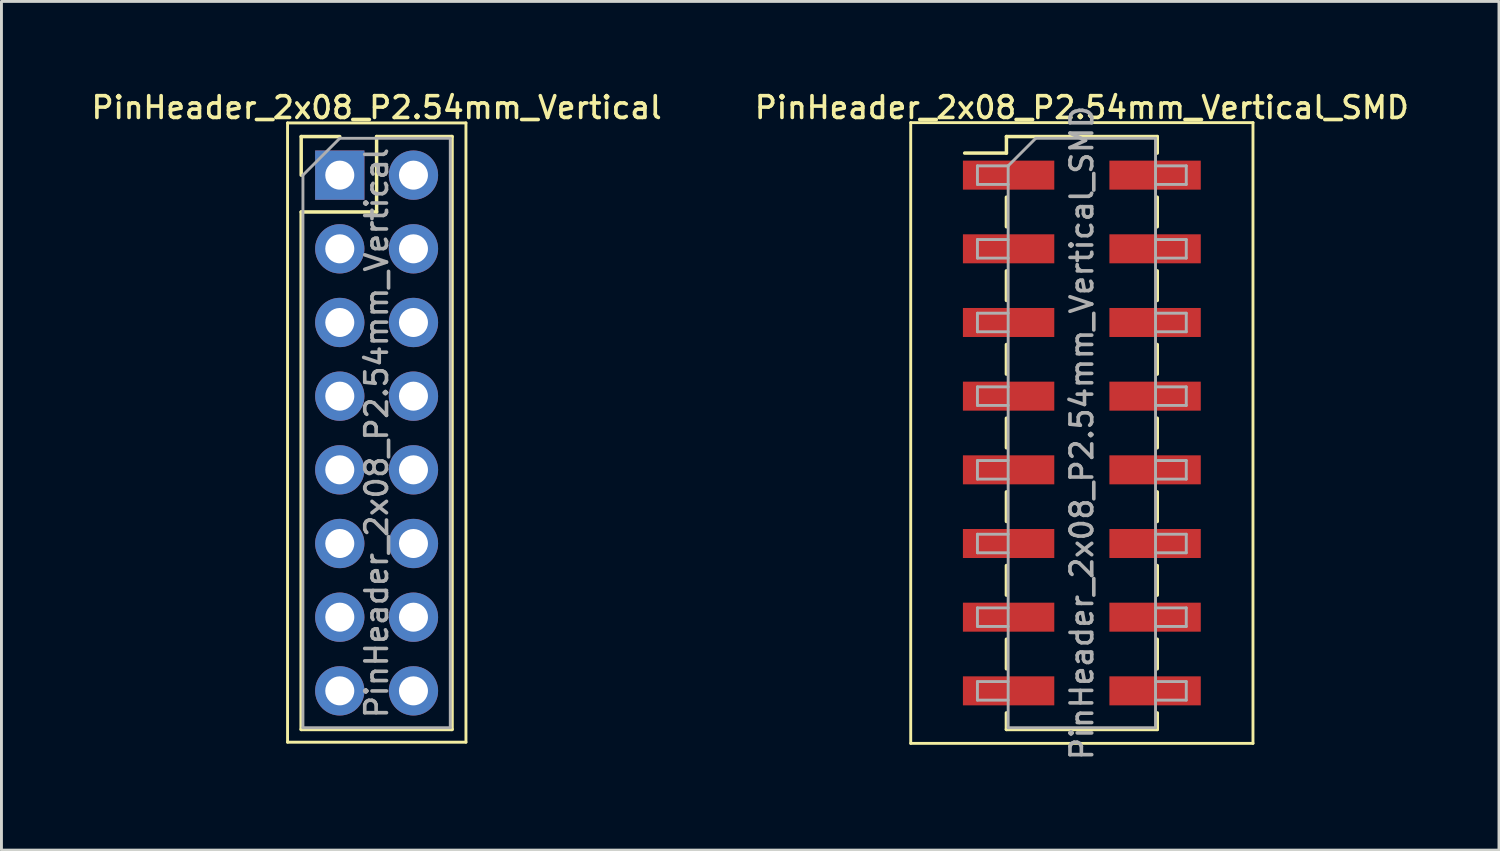
<source format=kicad_pcb>
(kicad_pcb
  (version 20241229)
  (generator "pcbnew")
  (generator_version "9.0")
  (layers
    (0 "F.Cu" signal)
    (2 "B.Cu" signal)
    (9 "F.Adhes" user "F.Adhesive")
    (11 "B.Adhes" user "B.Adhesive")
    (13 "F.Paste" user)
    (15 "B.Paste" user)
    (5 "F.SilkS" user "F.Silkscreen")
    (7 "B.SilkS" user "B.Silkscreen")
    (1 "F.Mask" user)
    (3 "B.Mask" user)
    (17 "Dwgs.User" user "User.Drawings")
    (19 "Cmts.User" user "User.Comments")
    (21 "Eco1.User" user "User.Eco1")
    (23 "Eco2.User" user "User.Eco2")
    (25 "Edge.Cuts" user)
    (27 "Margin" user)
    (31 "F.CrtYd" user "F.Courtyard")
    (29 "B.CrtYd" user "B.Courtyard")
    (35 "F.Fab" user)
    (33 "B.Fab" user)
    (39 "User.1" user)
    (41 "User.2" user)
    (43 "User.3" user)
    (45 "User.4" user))
  (footprint "PinHeader_2x08_P2.54mm_Vertical"
    (layer "F.Cu")
    (at 8.664 2.988)
    (property "Reference" "PinHeader_2x08_P2.54mm_Vertical" (at 1.27 -2.33 0) (layer "F.SilkS") (effects (font (size 0.75 0.75) (thickness 0.125))))
    (attr through_hole)
    (fp_line (start -1.8 -1.8) (end -1.8 19.55) (stroke (width 0.1) (type solid)) (layer "F.SilkS"))
    (fp_line (start -1.8 19.55) (end 4.35 19.55) (stroke (width 0.1) (type solid)) (layer "F.SilkS"))
    (fp_line (start -1.33 -1.33) (end 0 -1.33) (stroke (width 0.12) (type solid)) (layer "F.SilkS"))
    (fp_line (start -1.33 0) (end -1.33 -1.33) (stroke (width 0.12) (type solid)) (layer "F.SilkS"))
    (fp_line (start -1.33 1.27) (end -1.33 19.11) (stroke (width 0.12) (type solid)) (layer "F.SilkS"))
    (fp_line (start -1.33 1.27) (end 1.27 1.27) (stroke (width 0.12) (type solid)) (layer "F.SilkS"))
    (fp_line (start -1.33 19.11) (end 3.87 19.11) (stroke (width 0.12) (type solid)) (layer "F.SilkS"))
    (fp_line (start 1.27 -1.33) (end 3.87 -1.33) (stroke (width 0.12) (type solid)) (layer "F.SilkS"))
    (fp_line (start 1.27 1.27) (end 1.27 -1.33) (stroke (width 0.12) (type solid)) (layer "F.SilkS"))
    (fp_line (start 3.87 -1.33) (end 3.87 19.11) (stroke (width 0.12) (type solid)) (layer "F.SilkS"))
    (fp_line (start 4.35 -1.8) (end -1.8 -1.8) (stroke (width 0.1) (type solid)) (layer "F.SilkS"))
    (fp_line (start 4.35 19.55) (end 4.35 -1.8) (stroke (width 0.1) (type solid)) (layer "F.SilkS"))
    (fp_line (start -1.27 0) (end 0 -1.27) (stroke (width 0.1) (type solid)) (layer "F.Fab"))
    (fp_line (start -1.27 19.05) (end -1.27 0) (stroke (width 0.1) (type solid)) (layer "F.Fab"))
    (fp_line (start 0 -1.27) (end 3.81 -1.27) (stroke (width 0.1) (type solid)) (layer "F.Fab"))
    (fp_line (start 3.81 -1.27) (end 3.81 19.05) (stroke (width 0.1) (type solid)) (layer "F.Fab"))
    (fp_line (start 3.81 19.05) (end -1.27 19.05) (stroke (width 0.1) (type solid)) (layer "F.Fab"))
    (fp_text user "${REFERENCE}" (at 1.27 8.89 90) (layer "F.Fab") (effects (font (size 0.75 0.75) (thickness 0.125))))
    (pad "1" thru_hole rect (at 0 0) (size 1.7 1.7) (drill 1) (layers "*.Cu" "*.Mask"))
    (pad "2" thru_hole oval (at 2.54 0) (size 1.7 1.7) (drill 1) (layers "*.Cu" "*.Mask"))
    (pad "3" thru_hole oval (at 0 2.54) (size 1.7 1.7) (drill 1) (layers "*.Cu" "*.Mask"))
    (pad "4" thru_hole oval (at 2.54 2.54) (size 1.7 1.7) (drill 1) (layers "*.Cu" "*.Mask"))
    (pad "5" thru_hole oval (at 0 5.08) (size 1.7 1.7) (drill 1) (layers "*.Cu" "*.Mask"))
    (pad "6" thru_hole oval (at 2.54 5.08) (size 1.7 1.7) (drill 1) (layers "*.Cu" "*.Mask"))
    (pad "7" thru_hole oval (at 0 7.62) (size 1.7 1.7) (drill 1) (layers "*.Cu" "*.Mask"))
    (pad "8" thru_hole oval (at 2.54 7.62) (size 1.7 1.7) (drill 1) (layers "*.Cu" "*.Mask"))
    (pad "9" thru_hole oval (at 0 10.16) (size 1.7 1.7) (drill 1) (layers "*.Cu" "*.Mask"))
    (pad "10" thru_hole oval (at 2.54 10.16) (size 1.7 1.7) (drill 1) (layers "*.Cu" "*.Mask"))
    (pad "11" thru_hole oval (at 0 12.7) (size 1.7 1.7) (drill 1) (layers "*.Cu" "*.Mask"))
    (pad "12" thru_hole oval (at 2.54 12.7) (size 1.7 1.7) (drill 1) (layers "*.Cu" "*.Mask"))
    (pad "13" thru_hole oval (at 0 15.24) (size 1.7 1.7) (drill 1) (layers "*.Cu" "*.Mask"))
    (pad "14" thru_hole oval (at 2.54 15.24) (size 1.7 1.7) (drill 1) (layers "*.Cu" "*.Mask"))
    (pad "15" thru_hole oval (at 0 17.78) (size 1.7 1.7) (drill 1) (layers "*.Cu" "*.Mask"))
    (pad "16" thru_hole oval (at 2.54 17.78) (size 1.7 1.7) (drill 1) (layers "*.Cu" "*.Mask")))
  (footprint "PinHeader_2x08_P2.54mm_Vertical_SMD"
    (layer "F.Cu")
    (at 34.248 11.878)
    (property "Reference" "PinHeader_2x08_P2.54mm_Vertical_SMD" (at 0 -11.22 0) (layer "F.SilkS") (effects (font (size 0.75 0.75) (thickness 0.125))))
    (attr smd)
    (fp_line (start -5.9 -10.7) (end -5.9 10.7) (stroke (width 0.1) (type solid)) (layer "F.SilkS"))
    (fp_line (start -5.9 10.7) (end 5.9 10.7) (stroke (width 0.1) (type solid)) (layer "F.SilkS"))
    (fp_line (start -4.04 -9.65) (end -2.6 -9.65) (stroke (width 0.12) (type solid)) (layer "F.SilkS"))
    (fp_line (start -2.6 -10.22) (end -2.6 -9.65) (stroke (width 0.12) (type solid)) (layer "F.SilkS"))
    (fp_line (start -2.6 -10.22) (end 2.6 -10.22) (stroke (width 0.12) (type solid)) (layer "F.SilkS"))
    (fp_line (start -2.6 -8.13) (end -2.6 -7.11) (stroke (width 0.12) (type solid)) (layer "F.SilkS"))
    (fp_line (start -2.6 -5.59) (end -2.6 -4.57) (stroke (width 0.12) (type solid)) (layer "F.SilkS"))
    (fp_line (start -2.6 -3.05) (end -2.6 -2.03) (stroke (width 0.12) (type solid)) (layer "F.SilkS"))
    (fp_line (start -2.6 -0.51) (end -2.6 0.51) (stroke (width 0.12) (type solid)) (layer "F.SilkS"))
    (fp_line (start -2.6 2.03) (end -2.6 3.05) (stroke (width 0.12) (type solid)) (layer "F.SilkS"))
    (fp_line (start -2.6 4.57) (end -2.6 5.59) (stroke (width 0.12) (type solid)) (layer "F.SilkS"))
    (fp_line (start -2.6 7.11) (end -2.6 8.13) (stroke (width 0.12) (type solid)) (layer "F.SilkS"))
    (fp_line (start -2.6 9.65) (end -2.6 10.22) (stroke (width 0.12) (type solid)) (layer "F.SilkS"))
    (fp_line (start -2.6 10.22) (end 2.6 10.22) (stroke (width 0.12) (type solid)) (layer "F.SilkS"))
    (fp_line (start 2.6 -10.22) (end 2.6 -9.65) (stroke (width 0.12) (type solid)) (layer "F.SilkS"))
    (fp_line (start 2.6 -8.13) (end 2.6 -7.11) (stroke (width 0.12) (type solid)) (layer "F.SilkS"))
    (fp_line (start 2.6 -5.59) (end 2.6 -4.57) (stroke (width 0.12) (type solid)) (layer "F.SilkS"))
    (fp_line (start 2.6 -3.05) (end 2.6 -2.03) (stroke (width 0.12) (type solid)) (layer "F.SilkS"))
    (fp_line (start 2.6 -0.51) (end 2.6 0.51) (stroke (width 0.12) (type solid)) (layer "F.SilkS"))
    (fp_line (start 2.6 2.03) (end 2.6 3.05) (stroke (width 0.12) (type solid)) (layer "F.SilkS"))
    (fp_line (start 2.6 4.57) (end 2.6 5.59) (stroke (width 0.12) (type solid)) (layer "F.SilkS"))
    (fp_line (start 2.6 7.11) (end 2.6 8.13) (stroke (width 0.12) (type solid)) (layer "F.SilkS"))
    (fp_line (start 2.6 9.65) (end 2.6 10.22) (stroke (width 0.12) (type solid)) (layer "F.SilkS"))
    (fp_line (start 5.9 -10.7) (end -5.9 -10.7) (stroke (width 0.1) (type solid)) (layer "F.SilkS"))
    (fp_line (start 5.9 10.7) (end 5.9 -10.7) (stroke (width 0.1) (type solid)) (layer "F.SilkS"))
    (fp_line (start -3.6 -9.21) (end -3.6 -8.57) (stroke (width 0.1) (type solid)) (layer "F.Fab"))
    (fp_line (start -3.6 -8.57) (end -2.54 -8.57) (stroke (width 0.1) (type solid)) (layer "F.Fab"))
    (fp_line (start -3.6 -6.67) (end -3.6 -6.03) (stroke (width 0.1) (type solid)) (layer "F.Fab"))
    (fp_line (start -3.6 -6.03) (end -2.54 -6.03) (stroke (width 0.1) (type solid)) (layer "F.Fab"))
    (fp_line (start -3.6 -4.13) (end -3.6 -3.49) (stroke (width 0.1) (type solid)) (layer "F.Fab"))
    (fp_line (start -3.6 -3.49) (end -2.54 -3.49) (stroke (width 0.1) (type solid)) (layer "F.Fab"))
    (fp_line (start -3.6 -1.59) (end -3.6 -0.95) (stroke (width 0.1) (type solid)) (layer "F.Fab"))
    (fp_line (start -3.6 -0.95) (end -2.54 -0.95) (stroke (width 0.1) (type solid)) (layer "F.Fab"))
    (fp_line (start -3.6 0.95) (end -3.6 1.59) (stroke (width 0.1) (type solid)) (layer "F.Fab"))
    (fp_line (start -3.6 1.59) (end -2.54 1.59) (stroke (width 0.1) (type solid)) (layer "F.Fab"))
    (fp_line (start -3.6 3.49) (end -3.6 4.13) (stroke (width 0.1) (type solid)) (layer "F.Fab"))
    (fp_line (start -3.6 4.13) (end -2.54 4.13) (stroke (width 0.1) (type solid)) (layer "F.Fab"))
    (fp_line (start -3.6 6.03) (end -3.6 6.67) (stroke (width 0.1) (type solid)) (layer "F.Fab"))
    (fp_line (start -3.6 6.67) (end -2.54 6.67) (stroke (width 0.1) (type solid)) (layer "F.Fab"))
    (fp_line (start -3.6 8.57) (end -3.6 9.21) (stroke (width 0.1) (type solid)) (layer "F.Fab"))
    (fp_line (start -3.6 9.21) (end -2.54 9.21) (stroke (width 0.1) (type solid)) (layer "F.Fab"))
    (fp_line (start -2.54 -9.21) (end -3.6 -9.21) (stroke (width 0.1) (type solid)) (layer "F.Fab"))
    (fp_line (start -2.54 -9.21) (end -1.59 -10.16) (stroke (width 0.1) (type solid)) (layer "F.Fab"))
    (fp_line (start -2.54 -6.67) (end -3.6 -6.67) (stroke (width 0.1) (type solid)) (layer "F.Fab"))
    (fp_line (start -2.54 -4.13) (end -3.6 -4.13) (stroke (width 0.1) (type solid)) (layer "F.Fab"))
    (fp_line (start -2.54 -1.59) (end -3.6 -1.59) (stroke (width 0.1) (type solid)) (layer "F.Fab"))
    (fp_line (start -2.54 0.95) (end -3.6 0.95) (stroke (width 0.1) (type solid)) (layer "F.Fab"))
    (fp_line (start -2.54 3.49) (end -3.6 3.49) (stroke (width 0.1) (type solid)) (layer "F.Fab"))
    (fp_line (start -2.54 6.03) (end -3.6 6.03) (stroke (width 0.1) (type solid)) (layer "F.Fab"))
    (fp_line (start -2.54 8.57) (end -3.6 8.57) (stroke (width 0.1) (type solid)) (layer "F.Fab"))
    (fp_line (start -2.54 10.16) (end -2.54 -9.21) (stroke (width 0.1) (type solid)) (layer "F.Fab"))
    (fp_line (start -1.59 -10.16) (end 2.54 -10.16) (stroke (width 0.1) (type solid)) (layer "F.Fab"))
    (fp_line (start 2.54 -10.16) (end 2.54 10.16) (stroke (width 0.1) (type solid)) (layer "F.Fab"))
    (fp_line (start 2.54 -9.21) (end 3.6 -9.21) (stroke (width 0.1) (type solid)) (layer "F.Fab"))
    (fp_line (start 2.54 -6.67) (end 3.6 -6.67) (stroke (width 0.1) (type solid)) (layer "F.Fab"))
    (fp_line (start 2.54 -4.13) (end 3.6 -4.13) (stroke (width 0.1) (type solid)) (layer "F.Fab"))
    (fp_line (start 2.54 -1.59) (end 3.6 -1.59) (stroke (width 0.1) (type solid)) (layer "F.Fab"))
    (fp_line (start 2.54 0.95) (end 3.6 0.95) (stroke (width 0.1) (type solid)) (layer "F.Fab"))
    (fp_line (start 2.54 3.49) (end 3.6 3.49) (stroke (width 0.1) (type solid)) (layer "F.Fab"))
    (fp_line (start 2.54 6.03) (end 3.6 6.03) (stroke (width 0.1) (type solid)) (layer "F.Fab"))
    (fp_line (start 2.54 8.57) (end 3.6 8.57) (stroke (width 0.1) (type solid)) (layer "F.Fab"))
    (fp_line (start 2.54 10.16) (end -2.54 10.16) (stroke (width 0.1) (type solid)) (layer "F.Fab"))
    (fp_line (start 3.6 -9.21) (end 3.6 -8.57) (stroke (width 0.1) (type solid)) (layer "F.Fab"))
    (fp_line (start 3.6 -8.57) (end 2.54 -8.57) (stroke (width 0.1) (type solid)) (layer "F.Fab"))
    (fp_line (start 3.6 -6.67) (end 3.6 -6.03) (stroke (width 0.1) (type solid)) (layer "F.Fab"))
    (fp_line (start 3.6 -6.03) (end 2.54 -6.03) (stroke (width 0.1) (type solid)) (layer "F.Fab"))
    (fp_line (start 3.6 -4.13) (end 3.6 -3.49) (stroke (width 0.1) (type solid)) (layer "F.Fab"))
    (fp_line (start 3.6 -3.49) (end 2.54 -3.49) (stroke (width 0.1) (type solid)) (layer "F.Fab"))
    (fp_line (start 3.6 -1.59) (end 3.6 -0.95) (stroke (width 0.1) (type solid)) (layer "F.Fab"))
    (fp_line (start 3.6 -0.95) (end 2.54 -0.95) (stroke (width 0.1) (type solid)) (layer "F.Fab"))
    (fp_line (start 3.6 0.95) (end 3.6 1.59) (stroke (width 0.1) (type solid)) (layer "F.Fab"))
    (fp_line (start 3.6 1.59) (end 2.54 1.59) (stroke (width 0.1) (type solid)) (layer "F.Fab"))
    (fp_line (start 3.6 3.49) (end 3.6 4.13) (stroke (width 0.1) (type solid)) (layer "F.Fab"))
    (fp_line (start 3.6 4.13) (end 2.54 4.13) (stroke (width 0.1) (type solid)) (layer "F.Fab"))
    (fp_line (start 3.6 6.03) (end 3.6 6.67) (stroke (width 0.1) (type solid)) (layer "F.Fab"))
    (fp_line (start 3.6 6.67) (end 2.54 6.67) (stroke (width 0.1) (type solid)) (layer "F.Fab"))
    (fp_line (start 3.6 8.57) (end 3.6 9.21) (stroke (width 0.1) (type solid)) (layer "F.Fab"))
    (fp_line (start 3.6 9.21) (end 2.54 9.21) (stroke (width 0.1) (type solid)) (layer "F.Fab"))
    (fp_text user "${REFERENCE}" (at 0 0 90) (layer "F.Fab") (effects (font (size 0.75 0.75) (thickness 0.125))))
    (pad "1" smd rect (at -2.525 -8.89) (size 3.15 1) (layers "F.Cu" "F.Mask" "F.Paste"))
    (pad "2" smd rect (at 2.525 -8.89) (size 3.15 1) (layers "F.Cu" "F.Mask" "F.Paste"))
    (pad "3" smd rect (at -2.525 -6.35) (size 3.15 1) (layers "F.Cu" "F.Mask" "F.Paste"))
    (pad "4" smd rect (at 2.525 -6.35) (size 3.15 1) (layers "F.Cu" "F.Mask" "F.Paste"))
    (pad "5" smd rect (at -2.525 -3.81) (size 3.15 1) (layers "F.Cu" "F.Mask" "F.Paste"))
    (pad "6" smd rect (at 2.525 -3.81) (size 3.15 1) (layers "F.Cu" "F.Mask" "F.Paste"))
    (pad "7" smd rect (at -2.525 -1.27) (size 3.15 1) (layers "F.Cu" "F.Mask" "F.Paste"))
    (pad "8" smd rect (at 2.525 -1.27) (size 3.15 1) (layers "F.Cu" "F.Mask" "F.Paste"))
    (pad "9" smd rect (at -2.525 1.27) (size 3.15 1) (layers "F.Cu" "F.Mask" "F.Paste"))
    (pad "10" smd rect (at 2.525 1.27) (size 3.15 1) (layers "F.Cu" "F.Mask" "F.Paste"))
    (pad "11" smd rect (at -2.525 3.81) (size 3.15 1) (layers "F.Cu" "F.Mask" "F.Paste"))
    (pad "12" smd rect (at 2.525 3.81) (size 3.15 1) (layers "F.Cu" "F.Mask" "F.Paste"))
    (pad "13" smd rect (at -2.525 6.35) (size 3.15 1) (layers "F.Cu" "F.Mask" "F.Paste"))
    (pad "14" smd rect (at 2.525 6.35) (size 3.15 1) (layers "F.Cu" "F.Mask" "F.Paste"))
    (pad "15" smd rect (at -2.525 8.89) (size 3.15 1) (layers "F.Cu" "F.Mask" "F.Paste"))
    (pad "16" smd rect (at 2.525 8.89) (size 3.15 1) (layers "F.Cu" "F.Mask" "F.Paste")))
  (gr_rect
    (start -3 -3)
    (end 48.629 26.258)
    (stroke (width 0.1) (type default))
    (fill no)
    (layer "Edge.Cuts")))
</source>
